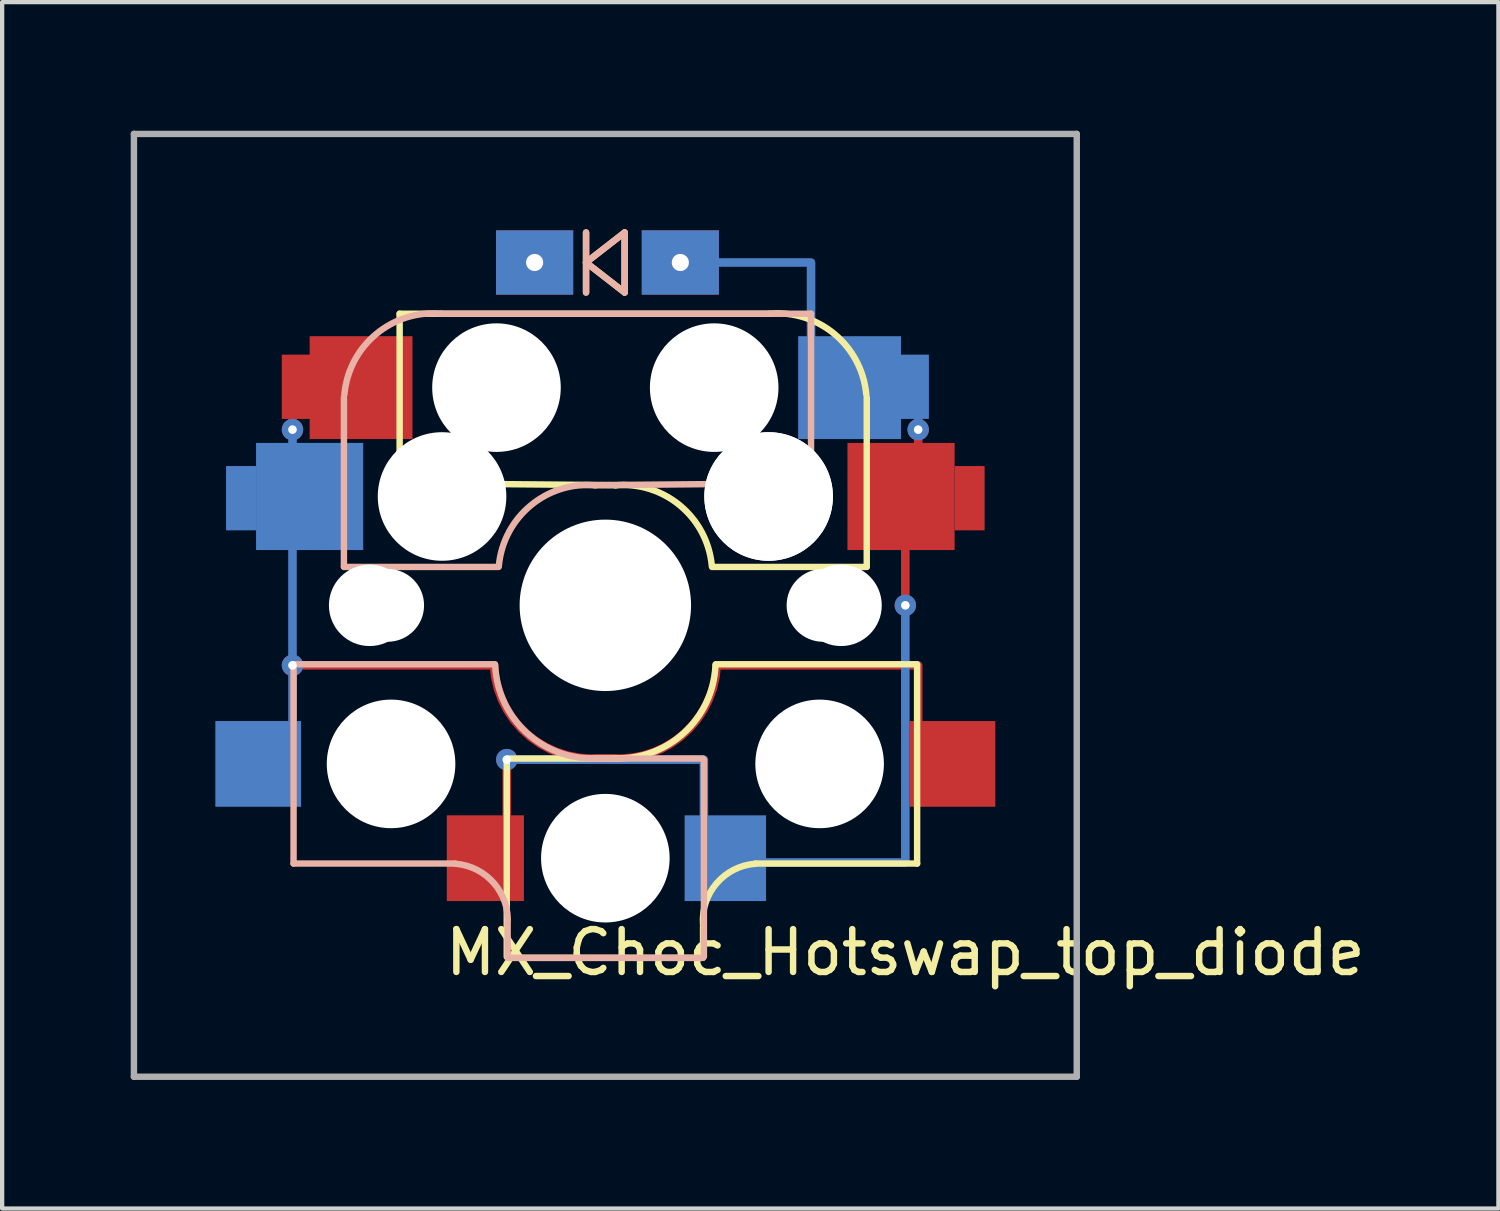
<source format=kicad_pcb>
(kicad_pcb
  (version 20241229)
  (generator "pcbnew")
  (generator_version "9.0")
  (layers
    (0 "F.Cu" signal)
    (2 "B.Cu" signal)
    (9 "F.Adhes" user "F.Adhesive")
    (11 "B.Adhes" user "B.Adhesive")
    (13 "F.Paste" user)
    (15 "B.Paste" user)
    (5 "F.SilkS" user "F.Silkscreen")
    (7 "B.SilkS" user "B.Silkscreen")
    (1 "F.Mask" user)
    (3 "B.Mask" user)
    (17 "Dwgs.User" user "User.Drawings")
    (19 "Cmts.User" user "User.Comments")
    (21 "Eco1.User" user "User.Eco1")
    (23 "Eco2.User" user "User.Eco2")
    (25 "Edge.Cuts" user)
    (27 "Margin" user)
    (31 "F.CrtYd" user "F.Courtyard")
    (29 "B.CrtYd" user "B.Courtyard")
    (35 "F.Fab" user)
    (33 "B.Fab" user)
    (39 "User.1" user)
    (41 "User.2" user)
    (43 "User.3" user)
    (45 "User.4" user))
  (footprint "MX_Choc_Hotswap_top_diode"
    (layer "F.Cu")
    (at 11.075 11.075)
    (property "Reference" "MX_Choc_Hotswap_top_diode" (at 7 8.1 0) (layer "F.SilkS") (effects (font (size 1 1) (thickness 0.15))))
    (attr through_hole)
    (fp_line (start -4.8 -6.804) (end 3.825 -6.804) (stroke (width 0.15) (type solid)) (layer "F.SilkS"))
    (fp_line (start -4.8 -2.896) (end -4.8 -6.804) (stroke (width 0.15) (type solid)) (layer "F.SilkS"))
    (fp_line (start -4.8 -2.85) (end 0.25 -2.804) (stroke (width 0.15) (type solid)) (layer "F.SilkS"))
    (fp_line (start -2.3 3.6) (end -2.3 8.2) (stroke (width 0.15) (type solid)) (layer "F.SilkS"))
    (fp_line (start -2.275 3.575) (end 0.275 3.575) (stroke (width 0.15) (type solid)) (layer "F.SilkS"))
    (fp_line (start -2.275 8.225) (end 2.275 8.225) (stroke (width 0.15) (type solid)) (layer "F.SilkS"))
    (fp_line (start -0.45 -8.7) (end -0.45 -7.3) (stroke (width 0.15) (type solid)) (layer "F.SilkS"))
    (fp_line (start -0.45 -8) (end 0.45 -8.7) (stroke (width 0.15) (type solid)) (layer "F.SilkS"))
    (fp_line (start 0.45 -8.7) (end 0.45 -7.3) (stroke (width 0.15) (type solid)) (layer "F.SilkS"))
    (fp_line (start 0.45 -7.3) (end -0.45 -8) (stroke (width 0.15) (type solid)) (layer "F.SilkS"))
    (fp_line (start 2.28 7.5) (end 2.28 8.2) (stroke (width 0.15) (type solid)) (layer "F.SilkS"))
    (fp_line (start 2.575 1.375) (end 7.275 1.375) (stroke (width 0.15) (type solid)) (layer "F.SilkS"))
    (fp_line (start 3.5 6.025) (end 7.275 6.025) (stroke (width 0.15) (type solid)) (layer "F.SilkS"))
    (fp_line (start 6.1 -4.85) (end 6.1 -0.905) (stroke (width 0.15) (type solid)) (layer "F.SilkS"))
    (fp_line (start 6.1 -0.896) (end 2.49 -0.896) (stroke (width 0.15) (type solid)) (layer "F.SilkS"))
    (fp_line (start 7.275 1.4) (end 7.275 6.025) (stroke (width 0.15) (type solid)) (layer "F.SilkS"))
    (fp_arc (start 0.225 -2.8) (mid 1.74436 -2.328062) (end 2.485001 -0.920001) (stroke (width 0.15) (type solid)) (layer "F.SilkS"))
    (fp_arc (start 2.279999 7.449999) (mid 2.595908 6.487329) (end 3.5 6.03) (stroke (width 0.15) (type solid)) (layer "F.SilkS"))
    (fp_arc (start 2.57 1.4) (mid 1.834422 2.975843) (end 0.2 3.57) (stroke (width 0.15) (type solid)) (layer "F.SilkS"))
    (fp_arc (start 3.825 -6.804) (mid 5.347189 -6.33089) (end 6.089 -4.92) (stroke (width 0.15) (type solid)) (layer "F.SilkS"))
    (fp_line (start -7.275 1.375) (end -7.275 6.025) (stroke (width 0.15) (type solid)) (layer "B.SilkS"))
    (fp_line (start -6.1 -4.85) (end -6.1 -0.905) (stroke (width 0.15) (type solid)) (layer "B.SilkS"))
    (fp_line (start -6.1 -0.896) (end -2.49 -0.896) (stroke (width 0.15) (type solid)) (layer "B.SilkS"))
    (fp_line (start -3.5 6.025) (end -7.275 6.025) (stroke (width 0.15) (type solid)) (layer "B.SilkS"))
    (fp_line (start -2.575 1.375) (end -7.275 1.375) (stroke (width 0.15) (type solid)) (layer "B.SilkS"))
    (fp_line (start -2.28 7.5) (end -2.28 8.2) (stroke (width 0.15) (type solid)) (layer "B.SilkS"))
    (fp_line (start -0.45 -8.7) (end -0.45 -7.3) (stroke (width 0.15) (type solid)) (layer "B.SilkS"))
    (fp_line (start -0.45 -8) (end 0.45 -8.7) (stroke (width 0.15) (type solid)) (layer "B.SilkS"))
    (fp_line (start 0.45 -8.7) (end 0.45 -7.3) (stroke (width 0.15) (type solid)) (layer "B.SilkS"))
    (fp_line (start 0.45 -7.3) (end -0.45 -8) (stroke (width 0.15) (type solid)) (layer "B.SilkS"))
    (fp_line (start 2.275 3.575) (end -0.275 3.575) (stroke (width 0.15) (type solid)) (layer "B.SilkS"))
    (fp_line (start 2.275 8.225) (end -2.275 8.225) (stroke (width 0.15) (type solid)) (layer "B.SilkS"))
    (fp_line (start 2.3 3.6) (end 2.3 8.2) (stroke (width 0.15) (type solid)) (layer "B.SilkS"))
    (fp_line (start 4.8 -6.804) (end -3.825 -6.804) (stroke (width 0.15) (type solid)) (layer "B.SilkS"))
    (fp_line (start 4.8 -2.896) (end 4.8 -6.804) (stroke (width 0.15) (type solid)) (layer "B.SilkS"))
    (fp_line (start 4.8 -2.85) (end -0.25 -2.804) (stroke (width 0.15) (type solid)) (layer "B.SilkS"))
    (fp_arc (start -6.089 -4.92) (mid -5.347189 -6.33089) (end -3.825 -6.804) (stroke (width 0.15) (type solid)) (layer "B.SilkS"))
    (fp_arc (start -3.5 6.03) (mid -2.595908 6.48733) (end -2.28 7.45) (stroke (width 0.15) (type solid)) (layer "B.SilkS"))
    (fp_arc (start -2.484999 -0.920001) (mid -1.74436 -2.328061) (end -0.225 -2.8) (stroke (width 0.15) (type solid)) (layer "B.SilkS"))
    (fp_arc (start -0.2 3.57) (mid -1.834422 2.975843) (end -2.57 1.4) (stroke (width 0.15) (type solid)) (layer "B.SilkS"))
    (fp_line (start -9 -9) (end 9 -9) (stroke (width 0.15) (type solid)) (layer "Eco2.User"))
    (fp_line (start -9 9) (end -9 -9) (stroke (width 0.15) (type solid)) (layer "Eco2.User"))
    (fp_line (start -7 -7) (end 7 -7) (stroke (width 0.15) (type solid)) (layer "Eco2.User"))
    (fp_line (start -7 7) (end -7 -7) (stroke (width 0.15) (type solid)) (layer "Eco2.User"))
    (fp_line (start 7 -7) (end 7 7) (stroke (width 0.15) (type solid)) (layer "Eco2.User"))
    (fp_line (start 7 7) (end -7 7) (stroke (width 0.15) (type solid)) (layer "Eco2.User"))
    (fp_line (start 9 -9) (end 9 9) (stroke (width 0.15) (type solid)) (layer "Eco2.User"))
    (fp_line (start 9 9) (end -9 9) (stroke (width 0.15) (type solid)) (layer "Eco2.User"))
    (fp_line (start -11 -11) (end -11 11) (stroke (width 0.15) (type solid)) (layer "F.Fab"))
    (fp_line (start -11 11) (end 11 11) (stroke (width 0.15) (type solid)) (layer "F.Fab"))
    (fp_line (start 11 -11) (end -11 -11) (stroke (width 0.15) (type solid)) (layer "F.Fab"))
    (fp_line (start 11 11) (end 11 -11) (stroke (width 0.15) (type solid)) (layer "F.Fab"))
    (pad "" np_thru_hole circle (at -5.5 0 90) (size 1.9 1.9) (drill 1.9) (layers "*.Cu" "*.Mask"))
    (pad "" np_thru_hole circle (at -5.08 0) (size 1.7 1.7) (drill 1.7) (layers "*.Cu" "*.Mask"))
    (pad "" np_thru_hole circle (at -5 3.7 90) (size 3 3) (drill 3) (layers "*.Cu" "*.Mask"))
    (pad "" np_thru_hole circle (at -3.825 -2.58 180) (size 0.1 0.1) (drill 0.1) (layers "*.Cu" "*.Mask"))
    (pad "" np_thru_hole circle (at -3.81 -2.54 180) (size 3 3) (drill 3) (layers "*.Cu" "*.Mask"))
    (pad "" np_thru_hole circle (at -2.54 -5.08 180) (size 3 3) (drill 3) (layers "*.Cu" "*.Mask"))
    (pad "" np_thru_hole circle (at 0 0 90) (size 4 4) (drill 4) (layers "*.Cu" "*.Mask"))
    (pad "" np_thru_hole circle (at 0 5.9 90) (size 3 3) (drill 3) (layers "*.Cu" "*.Mask"))
    (pad "" np_thru_hole circle (at 2.54 -5.08 180) (size 3 3) (drill 3) (layers "*.Cu" "*.Mask"))
    (pad "" np_thru_hole circle (at 3.81 -2.54 180) (size 3 3) (drill 3) (layers "*.Cu" "*.Mask"))
    (pad "" np_thru_hole circle (at 3.81 -2.54 180) (size 3 3) (drill 3) (layers "*.Cu" "*.Mask"))
    (pad "" np_thru_hole circle (at 3.825 -2.58 180) (size 0.1 0.1) (drill 0.1) (layers "*.Cu" "*.Mask"))
    (pad "" np_thru_hole circle (at 5 3.7 270) (size 3 3) (drill 3) (layers "*.Cu" "*.Mask"))
    (pad "" np_thru_hole circle (at 5.08 0) (size 1.7 1.7) (drill 1.7) (layers "*.Cu" "*.Mask"))
    (pad "" np_thru_hole circle (at 5.5 0 90) (size 1.9 1.9) (drill 1.9) (layers "*.Cu" "*.Mask"))
    (pad "1" smd rect (at -8.5 -2.5) (size 0.7 1.5) (layers "B.Cu" "B.Mask" "B.Paste"))
    (pad "1" smd rect (at -8.1 3.7 180) (size 2 2) (layers "B.Cu" "B.Mask" "B.Paste"))
    (pad "1" smd custom (at -7.3 -4.5) (size 0.2 0.2) (layers "F.Cu") (options (anchor circle)) (primitives (gr_line (start 0 0.4) (end 0 0) (width 0.2))))
    (pad "1" thru_hole circle (at -7.3 -4.1) (size 0.5 0.5) (drill 0.2) (layers "*.Cu"))
    (pad "1" smd custom (at -7.3 -3.7) (size 0.2 0.2) (layers "B.Cu") (options (anchor circle)) (primitives (gr_line (start 0 -0.4) (end 0 0) (width 0.2))))
    (pad "1" smd custom (at -7.3 -1.4) (size 0.2 0.2) (layers "B.Cu") (options (anchor circle)) (primitives (gr_line (start 0 0.1) (end 0 5.1) (width 0.2))))
    (pad "1" smd custom (at -7.3 1.4) (size 0.2 0.2) (layers "F.Cu") (options (anchor circle)) (primitives (gr_line (start 0 0) (end 4.7 0) (width 0.2)) (gr_arc (start 7.1 2.17) (mid 5.450578 1.582056) (end 4.7 0) (width 0.2)) (gr_line (start 7.1 2.17) (end 7.5 2.17) (width 0.2)) (gr_arc (start 9.9 0) (mid 9.149422 1.582056) (end 7.5 2.17) (width 0.2)) (gr_line (start 14.6 0) (end 9.9 0) (width 0.2)) (gr_line (start 14.6 1.3) (end 14.6 0) (width 0.2))))
    (pad "1" thru_hole circle (at -7.3 1.4) (size 0.5 0.5) (drill 0.2) (layers "*.Cu"))
    (pad "1" smd rect (at -7.2 -5.1) (size 0.7 1.5) (layers "F.Cu" "F.Mask" "F.Paste"))
    (pad "1" smd rect (at -6.9 -2.54 180) (size 2.5 2.5) (layers "B.Cu" "B.Mask" "B.Paste"))
    (pad "1" smd rect (at -5.7 -5.08 180) (size 2.4 2.4) (layers "F.Cu" "F.Mask" "F.Paste"))
    (pad "1" smd rect (at 8.1 3.7 180) (size 2 2) (layers "F.Cu" "F.Mask" "F.Paste"))
    (pad "2" smd rect (at -2.8 5.9 180) (size 1.8 2) (layers "F.Cu" "F.Mask" "F.Paste"))
    (pad "2" thru_hole circle (at -2.3 3.6) (size 0.5 0.5) (drill 0.2) (layers "*.Cu"))
    (pad "2" smd custom (at -2.3 5) (size 0.2 0.2) (layers "F.Cu") (options (anchor circle)) (primitives (gr_line (start 0 -1.4) (end 0 0) (width 0.2))))
    (pad "2" thru_hole rect (at 1.75 -8) (size 1.8 1.5) (drill 0.4) (layers "*.Cu" "*.Mask"))
    (pad "2" smd custom (at 2.3 5.1) (size 0.2 0.2) (layers "B.Cu") (options (anchor circle)) (primitives (gr_line (start 0 -1.5) (end 0 0) (width 0.2)) (gr_line (start 0 -1.5) (end -4.6 -1.5) (width 0.2))))
    (pad "2" smd rect (at 2.8 5.9 180) (size 1.9 2) (layers "B.Cu" "B.Mask" "B.Paste"))
    (pad "2" smd custom (at 3.6 6 270) (size 0.2 0.2) (layers "B.Cu") (options (anchor circle)) (primitives (gr_line (start 0 -3.4) (end 0 -0.05) (width 0.2)) (gr_line (start 0 -3.4) (end -6 -3.4) (width 0.2))))
    (pad "2" smd custom (at 4.8 -6.2) (size 0.2 0.2) (layers "B.Cu" "B.Mask" "B.Paste") (options (anchor circle)) (primitives (gr_line (start 0 -1.8) (end 0 0) (width 0.2)) (gr_line (start 0 -1.8) (end -3.05 -1.8) (width 0.2))))
    (pad "2" smd rect (at 5.7 -5.08 180) (size 2.4 2.4) (layers "B.Cu" "B.Mask" "B.Paste"))
    (pad "2" smd rect (at 6.9 -2.54 180) (size 2.5 2.5) (layers "F.Cu" "F.Mask" "F.Paste"))
    (pad "2" smd custom (at 7 -1.5) (size 0.2 0.2) (layers "F.Cu") (options (anchor circle)) (primitives (gr_line (start 0 1.475) (end 0 0) (width 0.2))))
    (pad "2" thru_hole circle (at 7 0) (size 0.5 0.5) (drill 0.2) (layers "*.Cu"))
    (pad "2" smd rect (at 7.2 -5.1) (size 0.7 1.5) (layers "B.Cu" "B.Mask" "B.Paste"))
    (pad "2" smd custom (at 7.3 -4.5) (size 0.2 0.2) (layers "B.Cu") (options (anchor circle)) (primitives (gr_line (start 0 0.1) (end 0 0.397) (width 0.2))))
    (pad "2" thru_hole circle (at 7.3 -4.1) (size 0.5 0.5) (drill 0.2) (layers "*.Cu"))
    (pad "2" smd custom (at 7.3 -3.7) (size 0.2 0.2) (layers "F.Cu") (options (anchor circle)) (primitives (gr_line (start 0 0) (end 0 -0.4) (width 0.2))))
    (pad "2" smd rect (at 8.5 -2.5) (size 0.7 1.5) (layers "F.Cu" "F.Mask" "F.Paste"))
    (pad "3" thru_hole rect (at -1.65 -8) (size 1.8 1.5) (drill 0.4) (layers "*.Cu" "*.Mask")))
  (gr_rect
    (start -3 -3)
    (end 31.914 25.15)
    (stroke (width 0.1) (type default))
    (fill no)
    (layer "Edge.Cuts")))
</source>
